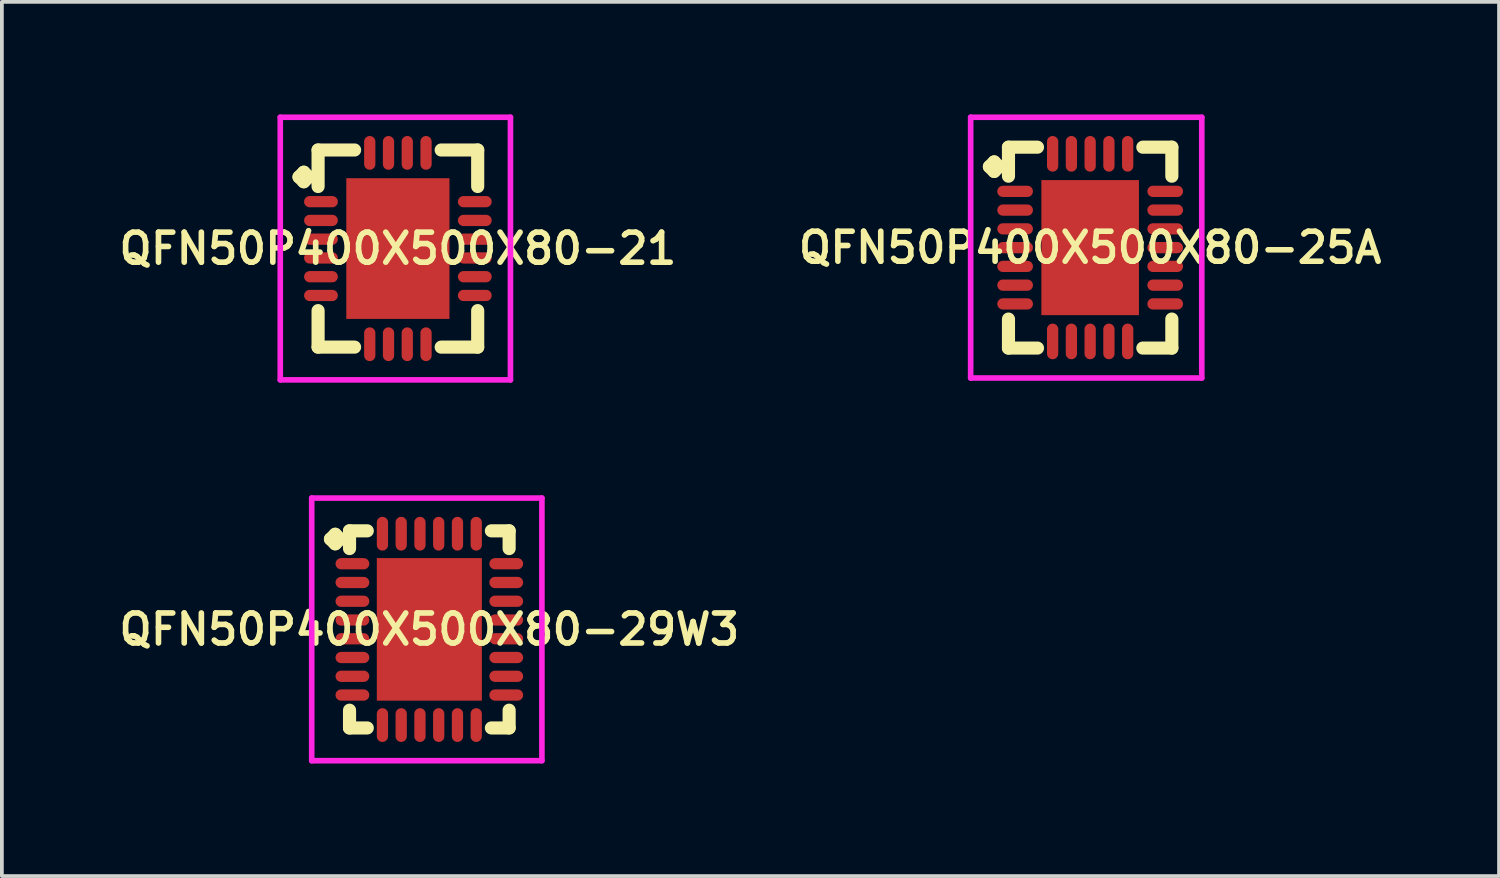
<source format=kicad_pcb>
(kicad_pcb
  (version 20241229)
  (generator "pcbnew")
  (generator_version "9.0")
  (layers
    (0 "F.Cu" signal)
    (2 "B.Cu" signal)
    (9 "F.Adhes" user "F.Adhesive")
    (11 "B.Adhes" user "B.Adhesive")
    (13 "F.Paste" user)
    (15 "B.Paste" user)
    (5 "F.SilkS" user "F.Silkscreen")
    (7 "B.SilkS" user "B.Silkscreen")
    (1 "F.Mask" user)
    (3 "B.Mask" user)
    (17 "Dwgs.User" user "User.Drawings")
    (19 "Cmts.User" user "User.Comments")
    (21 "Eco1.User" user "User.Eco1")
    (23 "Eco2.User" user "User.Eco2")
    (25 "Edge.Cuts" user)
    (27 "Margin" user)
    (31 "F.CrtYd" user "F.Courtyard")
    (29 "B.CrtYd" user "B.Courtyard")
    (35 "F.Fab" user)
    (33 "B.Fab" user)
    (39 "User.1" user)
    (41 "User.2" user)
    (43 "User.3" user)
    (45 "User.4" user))
  (footprint "QFN50P400X500X80-29W3"
    (layer "F.Cu")
    (at 8.393 13.725)
    (property "Reference" "QFN50P400X500X80-29W3" (at 0 0 0) (layer "F.SilkS") (effects (font (size 0.8 0.8) (thickness 0.15))))
    (attr smd)
    (fp_line (start -2.635 -2.408) (end -2.508 -2.535) (stroke (width 0.35) (type solid)) (layer "F.SilkS"))
    (fp_line (start -2.508 -2.535) (end -2.381 -2.408) (stroke (width 0.35) (type solid)) (layer "F.SilkS"))
    (fp_line (start -2.508 -2.281) (end -2.635 -2.408) (stroke (width 0.35) (type solid)) (layer "F.SilkS"))
    (fp_line (start -2.381 -2.408) (end -2.508 -2.281) (stroke (width 0.35) (type solid)) (layer "F.SilkS"))
    (fp_line (start -2.127 -2.627) (end -1.654 -2.627) (stroke (width 0.35) (type solid)) (layer "F.SilkS"))
    (fp_line (start -2.127 -2.154) (end -2.127 -2.627) (stroke (width 0.35) (type solid)) (layer "F.SilkS"))
    (fp_line (start -2.127 2.154) (end -2.127 2.627) (stroke (width 0.35) (type solid)) (layer "F.SilkS"))
    (fp_line (start -2.127 2.627) (end -1.654 2.627) (stroke (width 0.35) (type solid)) (layer "F.SilkS"))
    (fp_line (start 1.654 -2.627) (end 2.127 -2.627) (stroke (width 0.35) (type solid)) (layer "F.SilkS"))
    (fp_line (start 1.654 2.627) (end 2.127 2.627) (stroke (width 0.35) (type solid)) (layer "F.SilkS"))
    (fp_line (start 2.127 -2.627) (end 2.127 -2.154) (stroke (width 0.35) (type solid)) (layer "F.SilkS"))
    (fp_line (start 2.127 2.627) (end 2.127 2.154) (stroke (width 0.35) (type solid)) (layer "F.SilkS"))
    (fp_line (start -3.135 -3.5) (end 3 -3.5) (stroke (width 0.15) (type solid)) (layer "F.CrtYd"))
    (fp_line (start -3.135 3.5) (end -3.135 -3.5) (stroke (width 0.15) (type solid)) (layer "F.CrtYd"))
    (fp_line (start 3 -3.5) (end 3 3.5) (stroke (width 0.15) (type solid)) (layer "F.CrtYd"))
    (fp_line (start 3 3.5) (end -3.135 3.5) (stroke (width 0.15) (type solid)) (layer "F.CrtYd"))
    (pad "1" smd oval (at -2.05 -1.75) (size 0.9 0.3) (layers "F.Cu" "F.Mask" "F.Paste"))
    (pad "2" smd oval (at -2.05 -1.25) (size 0.9 0.3) (layers "F.Cu" "F.Mask" "F.Paste"))
    (pad "3" smd oval (at -2.05 -0.75) (size 0.9 0.3) (layers "F.Cu" "F.Mask" "F.Paste"))
    (pad "4" smd oval (at -2.05 -0.25) (size 0.9 0.3) (layers "F.Cu" "F.Mask" "F.Paste"))
    (pad "5" smd oval (at -2.05 0.25) (size 0.9 0.3) (layers "F.Cu" "F.Mask" "F.Paste"))
    (pad "6" smd oval (at -2.05 0.75) (size 0.9 0.3) (layers "F.Cu" "F.Mask" "F.Paste"))
    (pad "7" smd oval (at -2.05 1.25) (size 0.9 0.3) (layers "F.Cu" "F.Mask" "F.Paste"))
    (pad "8" smd oval (at -2.05 1.75) (size 0.9 0.3) (layers "F.Cu" "F.Mask" "F.Paste"))
    (pad "9" smd oval (at -1.25 2.55) (size 0.3 0.9) (layers "F.Cu" "F.Mask" "F.Paste"))
    (pad "10" smd oval (at -0.75 2.55) (size 0.3 0.9) (layers "F.Cu" "F.Mask" "F.Paste"))
    (pad "11" smd oval (at -0.25 2.55) (size 0.3 0.9) (layers "F.Cu" "F.Mask" "F.Paste"))
    (pad "12" smd oval (at 0.25 2.55) (size 0.3 0.9) (layers "F.Cu" "F.Mask" "F.Paste"))
    (pad "13" smd oval (at 0.75 2.55) (size 0.3 0.9) (layers "F.Cu" "F.Mask" "F.Paste"))
    (pad "14" smd oval (at 1.25 2.55) (size 0.3 0.9) (layers "F.Cu" "F.Mask" "F.Paste"))
    (pad "15" smd oval (at 2.05 1.75) (size 0.9 0.3) (layers "F.Cu" "F.Mask" "F.Paste"))
    (pad "16" smd oval (at 2.05 1.25) (size 0.9 0.3) (layers "F.Cu" "F.Mask" "F.Paste"))
    (pad "17" smd oval (at 2.05 0.75) (size 0.9 0.3) (layers "F.Cu" "F.Mask" "F.Paste"))
    (pad "18" smd oval (at 2.05 0.25) (size 0.9 0.3) (layers "F.Cu" "F.Mask" "F.Paste"))
    (pad "19" smd oval (at 2.05 -0.25) (size 0.9 0.3) (layers "F.Cu" "F.Mask" "F.Paste"))
    (pad "20" smd oval (at 2.05 -0.75) (size 0.9 0.3) (layers "F.Cu" "F.Mask" "F.Paste"))
    (pad "21" smd oval (at 2.05 -1.25) (size 0.9 0.3) (layers "F.Cu" "F.Mask" "F.Paste"))
    (pad "22" smd oval (at 2.05 -1.75) (size 0.9 0.3) (layers "F.Cu" "F.Mask" "F.Paste"))
    (pad "23" smd oval (at 1.25 -2.55) (size 0.3 0.9) (layers "F.Cu" "F.Mask" "F.Paste"))
    (pad "24" smd oval (at 0.75 -2.55) (size 0.3 0.9) (layers "F.Cu" "F.Mask" "F.Paste"))
    (pad "25" smd oval (at 0.25 -2.55) (size 0.3 0.9) (layers "F.Cu" "F.Mask" "F.Paste"))
    (pad "26" smd oval (at -0.25 -2.55) (size 0.3 0.9) (layers "F.Cu" "F.Mask" "F.Paste"))
    (pad "27" smd oval (at -0.75 -2.55) (size 0.3 0.9) (layers "F.Cu" "F.Mask" "F.Paste"))
    (pad "28" smd oval (at -1.25 -2.55) (size 0.3 0.9) (layers "F.Cu" "F.Mask" "F.Paste"))
    (pad "29" smd rect (at 0 0) (size 2.8 3.8) (layers "F.Cu" "F.Mask" "F.Paste")))
  (footprint "QFN50P400X500X80-21"
    (layer "F.Cu")
    (at 7.555 3.575)
    (property "Reference" "QFN50P400X500X80-21" (at 0 0 0) (layer "F.SilkS") (effects (font (size 0.8 0.8) (thickness 0.15))))
    (attr smd)
    (fp_line (start -2.635 -1.908) (end -2.508 -2.035) (stroke (width 0.35) (type solid)) (layer "F.SilkS"))
    (fp_line (start -2.508 -2.035) (end -2.381 -1.908) (stroke (width 0.35) (type solid)) (layer "F.SilkS"))
    (fp_line (start -2.508 -1.781) (end -2.635 -1.908) (stroke (width 0.35) (type solid)) (layer "F.SilkS"))
    (fp_line (start -2.381 -1.908) (end -2.508 -1.781) (stroke (width 0.35) (type solid)) (layer "F.SilkS"))
    (fp_line (start -2.127 -2.627) (end -1.154 -2.627) (stroke (width 0.35) (type solid)) (layer "F.SilkS"))
    (fp_line (start -2.127 -1.654) (end -2.127 -2.627) (stroke (width 0.35) (type solid)) (layer "F.SilkS"))
    (fp_line (start -2.127 1.654) (end -2.127 2.627) (stroke (width 0.35) (type solid)) (layer "F.SilkS"))
    (fp_line (start -2.127 2.627) (end -1.154 2.627) (stroke (width 0.35) (type solid)) (layer "F.SilkS"))
    (fp_line (start 1.154 -2.627) (end 2.127 -2.627) (stroke (width 0.35) (type solid)) (layer "F.SilkS"))
    (fp_line (start 1.154 2.627) (end 2.127 2.627) (stroke (width 0.35) (type solid)) (layer "F.SilkS"))
    (fp_line (start 2.127 -2.627) (end 2.127 -1.654) (stroke (width 0.35) (type solid)) (layer "F.SilkS"))
    (fp_line (start 2.127 2.627) (end 2.127 1.654) (stroke (width 0.35) (type solid)) (layer "F.SilkS"))
    (fp_line (start -3.135 -3.5) (end 3 -3.5) (stroke (width 0.15) (type solid)) (layer "F.CrtYd"))
    (fp_line (start -3.135 3.5) (end -3.135 -3.5) (stroke (width 0.15) (type solid)) (layer "F.CrtYd"))
    (fp_line (start 3 -3.5) (end 3 3.5) (stroke (width 0.15) (type solid)) (layer "F.CrtYd"))
    (fp_line (start 3 3.5) (end -3.135 3.5) (stroke (width 0.15) (type solid)) (layer "F.CrtYd"))
    (pad "1" smd oval (at -2.05 -1.25) (size 0.9 0.3) (layers "F.Cu" "F.Mask" "F.Paste"))
    (pad "2" smd oval (at -2.05 -0.75) (size 0.9 0.3) (layers "F.Cu" "F.Mask" "F.Paste"))
    (pad "3" smd oval (at -2.05 -0.25) (size 0.9 0.3) (layers "F.Cu" "F.Mask" "F.Paste"))
    (pad "4" smd oval (at -2.05 0.25) (size 0.9 0.3) (layers "F.Cu" "F.Mask" "F.Paste"))
    (pad "5" smd oval (at -2.05 0.75) (size 0.9 0.3) (layers "F.Cu" "F.Mask" "F.Paste"))
    (pad "6" smd oval (at -2.05 1.25) (size 0.9 0.3) (layers "F.Cu" "F.Mask" "F.Paste"))
    (pad "7" smd oval (at -0.75 2.55) (size 0.3 0.9) (layers "F.Cu" "F.Mask" "F.Paste"))
    (pad "8" smd oval (at -0.25 2.55) (size 0.3 0.9) (layers "F.Cu" "F.Mask" "F.Paste"))
    (pad "9" smd oval (at 0.25 2.55) (size 0.3 0.9) (layers "F.Cu" "F.Mask" "F.Paste"))
    (pad "10" smd oval (at 0.75 2.55) (size 0.3 0.9) (layers "F.Cu" "F.Mask" "F.Paste"))
    (pad "11" smd oval (at 2.05 1.25) (size 0.9 0.3) (layers "F.Cu" "F.Mask" "F.Paste"))
    (pad "12" smd oval (at 2.05 0.75) (size 0.9 0.3) (layers "F.Cu" "F.Mask" "F.Paste"))
    (pad "13" smd oval (at 2.05 0.25) (size 0.9 0.3) (layers "F.Cu" "F.Mask" "F.Paste"))
    (pad "14" smd oval (at 2.05 -0.25) (size 0.9 0.3) (layers "F.Cu" "F.Mask" "F.Paste"))
    (pad "15" smd oval (at 2.05 -0.75) (size 0.9 0.3) (layers "F.Cu" "F.Mask" "F.Paste"))
    (pad "16" smd oval (at 2.05 -1.25) (size 0.9 0.3) (layers "F.Cu" "F.Mask" "F.Paste"))
    (pad "17" smd oval (at 0.75 -2.55) (size 0.3 0.9) (layers "F.Cu" "F.Mask" "F.Paste"))
    (pad "18" smd oval (at 0.25 -2.55) (size 0.3 0.9) (layers "F.Cu" "F.Mask" "F.Paste"))
    (pad "19" smd oval (at -0.25 -2.55) (size 0.3 0.9) (layers "F.Cu" "F.Mask" "F.Paste"))
    (pad "20" smd oval (at -0.75 -2.55) (size 0.3 0.9) (layers "F.Cu" "F.Mask" "F.Paste"))
    (pad "21" smd rect (at 0 0) (size 2.75 3.75) (layers "F.Cu" "F.Mask" "F.Paste")))
  (footprint "QFN50P400X500X80-25A"
    (layer "F.Cu")
    (at 26.006 3.55)
    (property "Reference" "QFN50P400X500X80-25A" (at 0 0 0) (layer "F.SilkS") (effects (font (size 0.8 0.8) (thickness 0.15))))
    (attr through_hole)
    (fp_line (start -2.685 -2.158) (end -2.558 -2.285) (stroke (width 0.35) (type solid)) (layer "F.SilkS"))
    (fp_line (start -2.558 -2.285) (end -2.431 -2.158) (stroke (width 0.35) (type solid)) (layer "F.SilkS"))
    (fp_line (start -2.558 -2.031) (end -2.685 -2.158) (stroke (width 0.35) (type solid)) (layer "F.SilkS"))
    (fp_line (start -2.431 -2.158) (end -2.558 -2.031) (stroke (width 0.35) (type solid)) (layer "F.SilkS"))
    (fp_line (start -2.177 -2.677) (end -1.404 -2.677) (stroke (width 0.35) (type solid)) (layer "F.SilkS"))
    (fp_line (start -2.177 -1.904) (end -2.177 -2.677) (stroke (width 0.35) (type solid)) (layer "F.SilkS"))
    (fp_line (start -2.177 1.904) (end -2.177 2.677) (stroke (width 0.35) (type solid)) (layer "F.SilkS"))
    (fp_line (start -2.177 2.677) (end -1.404 2.677) (stroke (width 0.35) (type solid)) (layer "F.SilkS"))
    (fp_line (start 1.404 -2.677) (end 2.177 -2.677) (stroke (width 0.35) (type solid)) (layer "F.SilkS"))
    (fp_line (start 1.404 2.677) (end 2.177 2.677) (stroke (width 0.35) (type solid)) (layer "F.SilkS"))
    (fp_line (start 2.177 -2.677) (end 2.177 -1.904) (stroke (width 0.35) (type solid)) (layer "F.SilkS"))
    (fp_line (start 2.177 2.677) (end 2.177 1.904) (stroke (width 0.35) (type solid)) (layer "F.SilkS"))
    (fp_line (start -3.185 -3.475) (end 2.975 -3.475) (stroke (width 0.15) (type solid)) (layer "F.CrtYd"))
    (fp_line (start -3.185 3.475) (end -3.185 -3.475) (stroke (width 0.15) (type solid)) (layer "F.CrtYd"))
    (fp_line (start 2.975 -3.475) (end 2.975 3.475) (stroke (width 0.15) (type solid)) (layer "F.CrtYd"))
    (fp_line (start 2.975 3.475) (end -3.185 3.475) (stroke (width 0.15) (type solid)) (layer "F.CrtYd"))
    (pad "1" smd oval (at -2 -1.5) (size 0.95 0.3) (layers "F.Cu" "F.Mask" "F.Paste"))
    (pad "2" smd oval (at -2 -1) (size 0.95 0.3) (layers "F.Cu" "F.Mask" "F.Paste"))
    (pad "3" smd oval (at -2 -0.5) (size 0.95 0.3) (layers "F.Cu" "F.Mask" "F.Paste"))
    (pad "4" smd oval (at -2 0) (size 0.95 0.3) (layers "F.Cu" "F.Mask" "F.Paste"))
    (pad "5" smd oval (at -2 0.5) (size 0.95 0.3) (layers "F.Cu" "F.Mask" "F.Paste"))
    (pad "6" smd oval (at -2 1) (size 0.95 0.3) (layers "F.Cu" "F.Mask" "F.Paste"))
    (pad "7" smd oval (at -2 1.5) (size 0.95 0.3) (layers "F.Cu" "F.Mask" "F.Paste"))
    (pad "8" smd oval (at -1 2.5) (size 0.3 0.95) (layers "F.Cu" "F.Mask" "F.Paste"))
    (pad "9" smd oval (at -0.5 2.5) (size 0.3 0.95) (layers "F.Cu" "F.Mask" "F.Paste"))
    (pad "10" smd oval (at 0 2.5) (size 0.3 0.95) (layers "F.Cu" "F.Mask" "F.Paste"))
    (pad "11" smd oval (at 0.5 2.5) (size 0.3 0.95) (layers "F.Cu" "F.Mask" "F.Paste"))
    (pad "12" smd oval (at 1 2.5) (size 0.3 0.95) (layers "F.Cu" "F.Mask" "F.Paste"))
    (pad "13" smd oval (at 2 1.5) (size 0.95 0.3) (layers "F.Cu" "F.Mask" "F.Paste"))
    (pad "14" smd oval (at 2 1) (size 0.95 0.3) (layers "F.Cu" "F.Mask" "F.Paste"))
    (pad "15" smd oval (at 2 0.5) (size 0.95 0.3) (layers "F.Cu" "F.Mask" "F.Paste"))
    (pad "16" smd oval (at 2 0) (size 0.95 0.3) (layers "F.Cu" "F.Mask" "F.Paste"))
    (pad "17" smd oval (at 2 -0.5) (size 0.95 0.3) (layers "F.Cu" "F.Mask" "F.Paste"))
    (pad "18" smd oval (at 2 -1) (size 0.95 0.3) (layers "F.Cu" "F.Mask" "F.Paste"))
    (pad "19" smd oval (at 2 -1.5) (size 0.95 0.3) (layers "F.Cu" "F.Mask" "F.Paste"))
    (pad "20" smd oval (at 1 -2.5) (size 0.3 0.95) (layers "F.Cu" "F.Mask" "F.Paste"))
    (pad "21" smd oval (at 0.5 -2.5) (size 0.3 0.95) (layers "F.Cu" "F.Mask" "F.Paste"))
    (pad "22" smd oval (at 0 -2.5) (size 0.3 0.95) (layers "F.Cu" "F.Mask" "F.Paste"))
    (pad "23" smd oval (at -0.5 -2.5) (size 0.3 0.95) (layers "F.Cu" "F.Mask" "F.Paste"))
    (pad "24" smd oval (at -1 -2.5) (size 0.3 0.95) (layers "F.Cu" "F.Mask" "F.Paste"))
    (pad "25" smd rect (at 0 0) (size 2.6 3.6) (layers "F.Cu" "F.Mask" "F.Paste")))
  (gr_rect
    (start -3 -3)
    (end 36.904 20.3)
    (stroke (width 0.1) (type default))
    (fill no)
    (layer "Edge.Cuts")))
</source>
